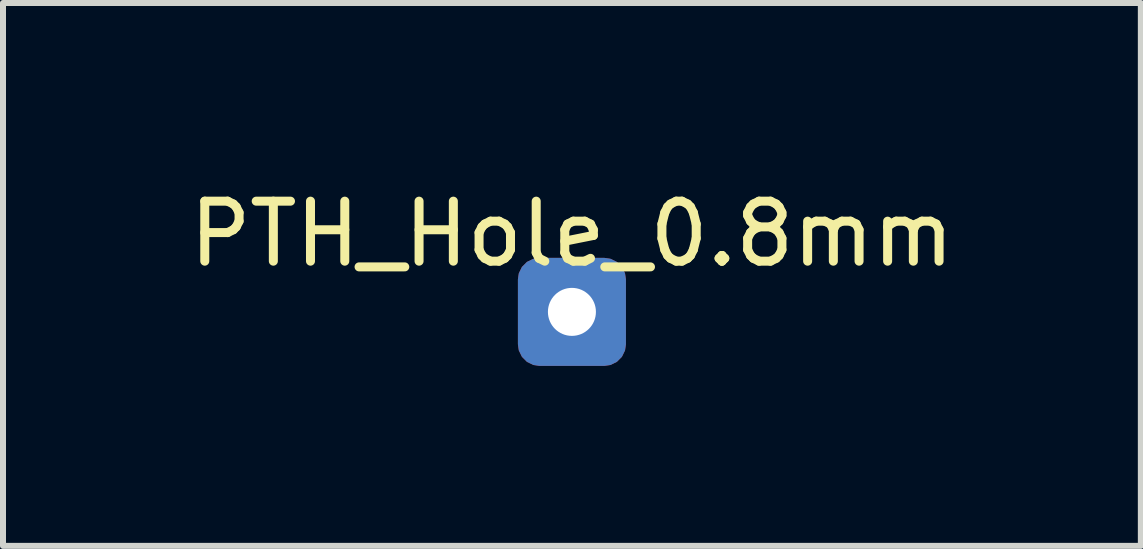
<source format=kicad_pcb>
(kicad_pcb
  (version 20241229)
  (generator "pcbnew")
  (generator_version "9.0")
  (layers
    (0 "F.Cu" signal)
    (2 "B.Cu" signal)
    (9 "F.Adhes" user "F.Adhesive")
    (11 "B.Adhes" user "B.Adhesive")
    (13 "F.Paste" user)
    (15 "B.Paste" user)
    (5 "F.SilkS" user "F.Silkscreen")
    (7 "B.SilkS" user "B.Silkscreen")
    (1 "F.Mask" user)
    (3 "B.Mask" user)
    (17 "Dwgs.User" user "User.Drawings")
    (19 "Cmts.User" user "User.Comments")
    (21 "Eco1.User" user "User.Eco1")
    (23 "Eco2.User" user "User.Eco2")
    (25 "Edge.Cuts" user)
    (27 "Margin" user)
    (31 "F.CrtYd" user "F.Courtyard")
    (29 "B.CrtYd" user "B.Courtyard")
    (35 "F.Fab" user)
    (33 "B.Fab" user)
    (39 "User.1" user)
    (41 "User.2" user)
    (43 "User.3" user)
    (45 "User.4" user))
  (footprint "PTH_Hole_0.8mm"
    (layer "F.Cu")
    (at 6.482 2.148)
    (property "Reference" "PTH_Hole_0.8mm" (at 0 -1.3 0) (unlocked yes) (layer "F.SilkS") (effects (font (size 1 1) (thickness 0.15))))
    (pad "1" thru_hole roundrect (at 0 0) (size 1.8 1.8) (drill 0.8) (layers "*.Cu" "*.Mask") (roundrect_rratio 0.2)))
  (gr_rect
    (start -3 -3)
    (end 15.964 6.048)
    (stroke (width 0.1) (type default))
    (fill no)
    (layer "Edge.Cuts")))
</source>
